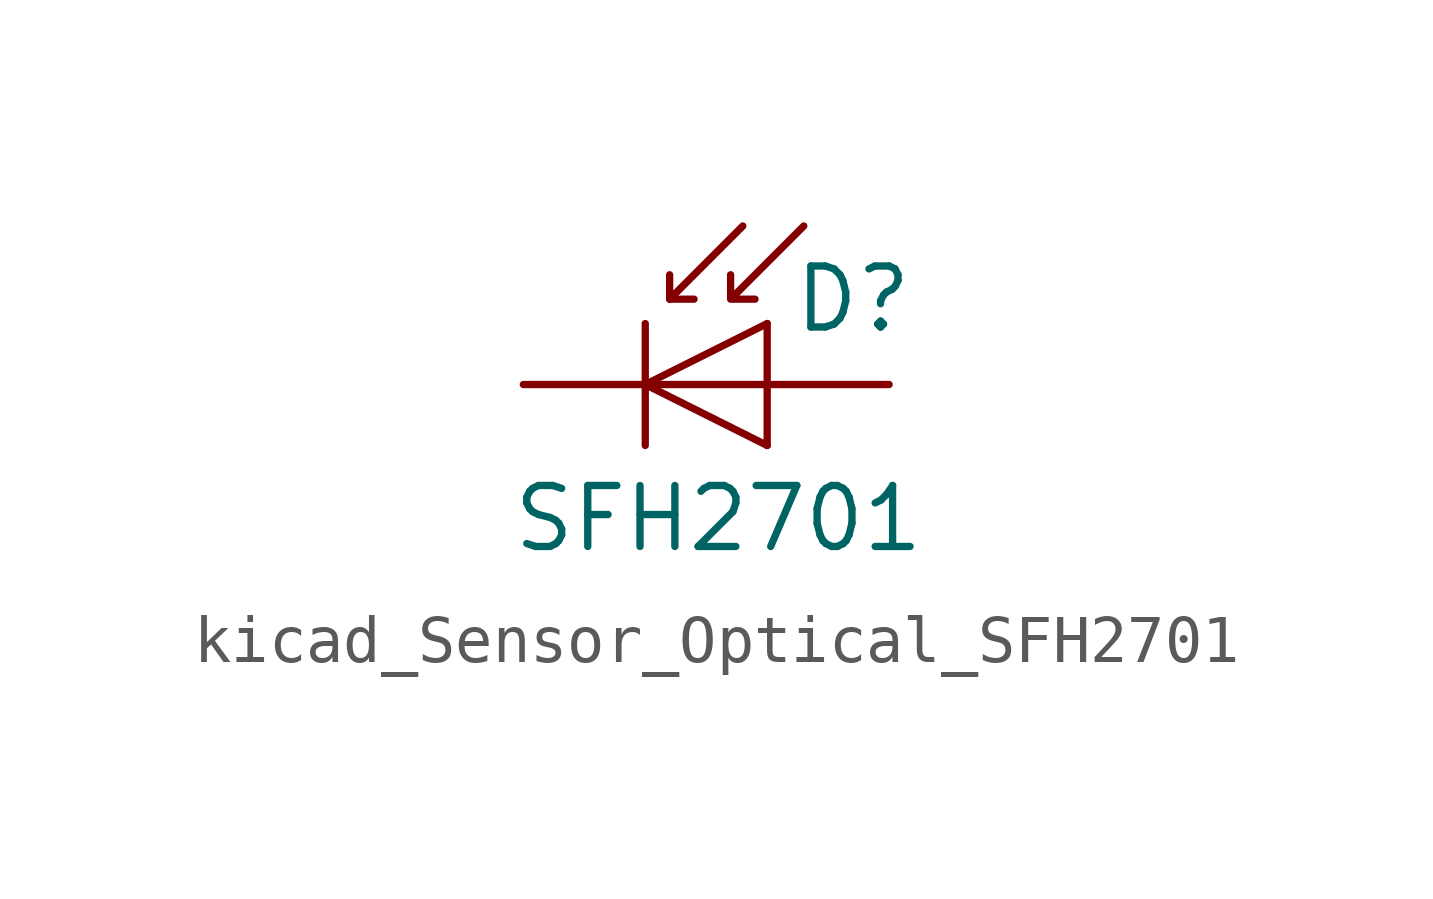
<source format=kicad_sym>
(kicad_symbol_lib
  (version 20220914)
  (generator kicad_symbol_editor)
  (symbol "kicad_Sensor_Optical_SFH2701"
    (pin_numbers hide)
    (pin_names
      (offset 1.016) hide)
    (property "Reference" "D"
      (at 0.508 1.778 0)
      (effects (font (size 1.27 1.27)) (justify left)))
    (property "Value" "SFH2701"
      (at -1.016 -2.794 0)
      (effects (font (size 1.27 1.27))))
    (symbol "kicad_Sensor_Optical_SFH2701_0_1"
      (polyline (pts (xy -2.54 1.27) (xy -2.54 -1.27)) (stroke (width 0.152) (type default)) (fill (type none)))
      (polyline (pts (xy -2.032 1.778) (xy -1.524 1.778)) (stroke (width 0) (type default)) (fill (type none)))
      (polyline (pts (xy 0 0) (xy -2.54 0)) (stroke (width 0) (type default)) (fill (type none)))
      (polyline (pts (xy 0 1.27) (xy 0 -1.27)) (stroke (width 0) (type default)) (fill (type none)))
      (polyline (pts (xy -0.508 3.302) (xy -2.032 1.778) (xy -2.032 2.286)) (stroke (width 0) (type default)) (fill (type none)))
      (polyline (pts (xy 0 1.27) (xy -2.54 0) (xy 0 -1.27)) (stroke (width 0) (type default)) (fill (type none)))
      (polyline (pts (xy 0.762 3.302) (xy -0.762 1.778) (xy -0.762 2.286) (xy -0.762 1.778) (xy -0.254 1.778)) (stroke (width 0) (type default)) (fill (type none))))
    (symbol "kicad_Sensor_Optical_SFH2701_1_1"
      (pin passive line (at -5.08 0 0) (length 2.54) (name "K" (effects (font (size 1.27 1.27)))) (number "1" (effects (font (size 1.27 1.27)))))
      (pin passive line (at 2.54 0 180) (length 2.54) (name "A" (effects (font (size 1.27 1.27)))) (number "2" (effects (font (size 1.27 1.27))))))))
</source>
